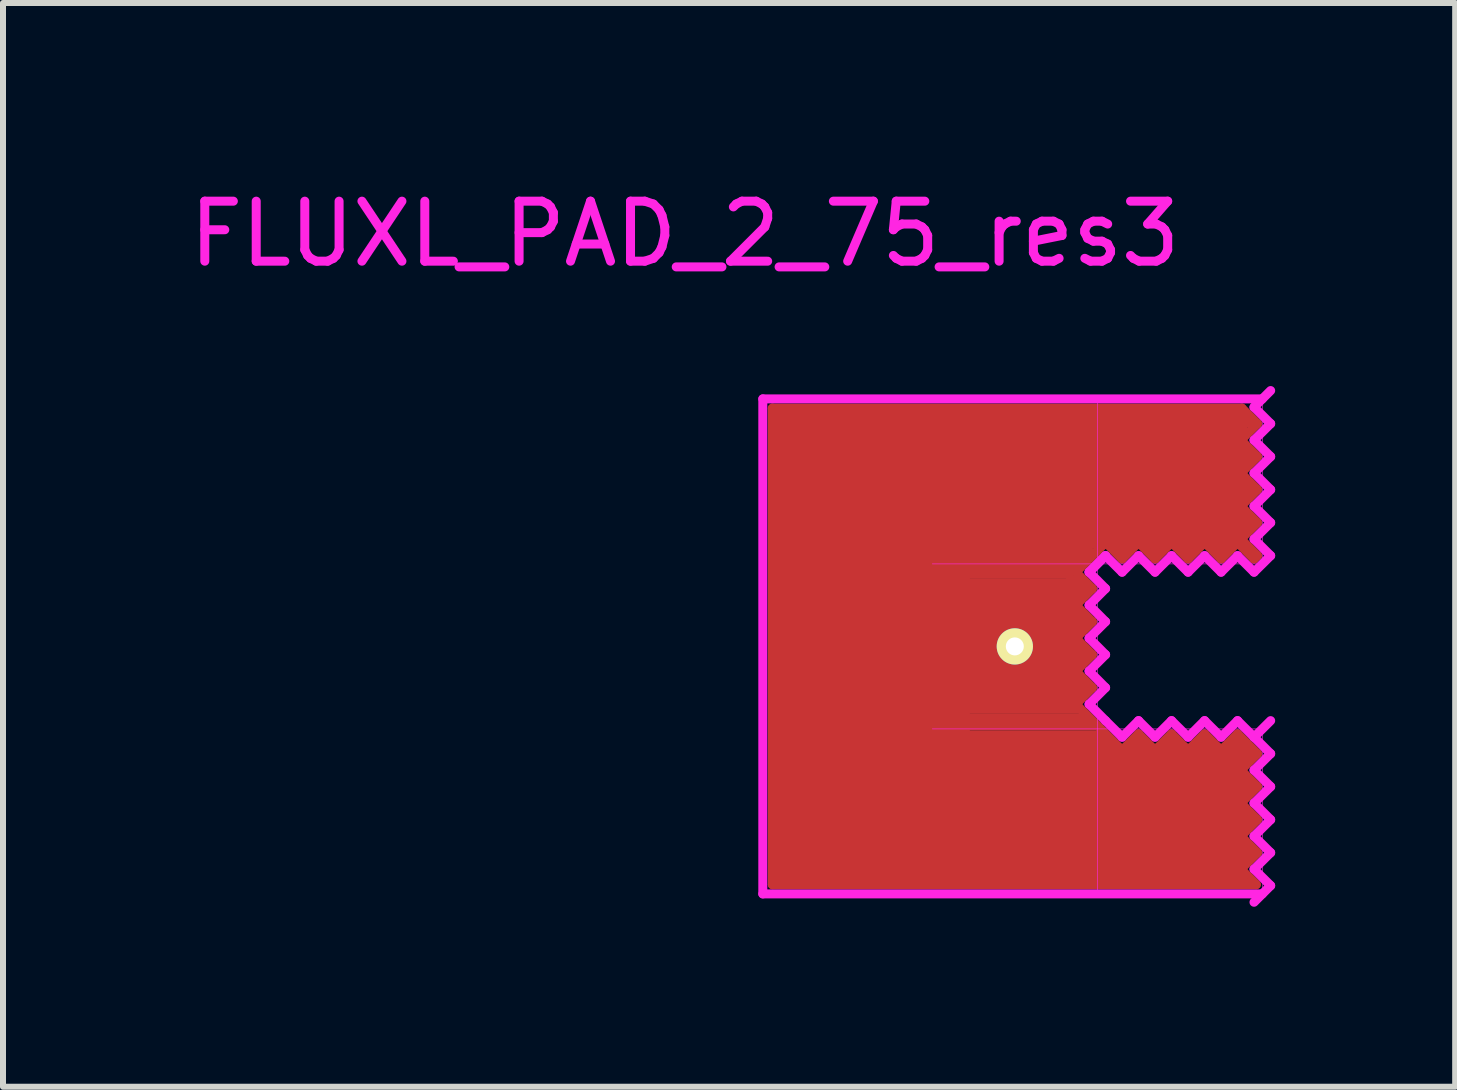
<source format=kicad_pcb>
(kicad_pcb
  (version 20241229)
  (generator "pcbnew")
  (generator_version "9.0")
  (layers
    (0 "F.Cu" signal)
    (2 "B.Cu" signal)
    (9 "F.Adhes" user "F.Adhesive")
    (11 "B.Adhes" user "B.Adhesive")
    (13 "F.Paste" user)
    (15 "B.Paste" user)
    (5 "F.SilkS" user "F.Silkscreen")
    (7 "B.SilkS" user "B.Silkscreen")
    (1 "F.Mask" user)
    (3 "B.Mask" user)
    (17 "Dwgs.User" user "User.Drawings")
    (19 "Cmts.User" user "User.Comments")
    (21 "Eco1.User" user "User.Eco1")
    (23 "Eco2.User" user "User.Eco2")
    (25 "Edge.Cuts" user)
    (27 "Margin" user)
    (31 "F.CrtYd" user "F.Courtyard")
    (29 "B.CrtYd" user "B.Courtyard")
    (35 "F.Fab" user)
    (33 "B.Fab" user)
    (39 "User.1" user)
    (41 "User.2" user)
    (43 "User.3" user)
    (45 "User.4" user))
  (footprint "FLUXL_PAD_2_75_res3"
    (layer "F.Cu")
    (at 13.863 7.723)
    (property "Reference" "FLUXL_PAD_2_75_res3" (at -5.5 -6.875 180) (layer "F.CrtYd") (effects (font (size 1 1) (thickness 0.15))))
    (attr smd)
    (fp_line (start -4.04 -3.97) (end -4.04 3.97) (stroke (width 0.152) (type solid)) (layer "F.Cu"))
    (fp_line (start -4.04 -3.97) (end 3.785 -3.97) (stroke (width 0.152) (type solid)) (layer "F.Cu"))
    (fp_line (start -0.8 1.325) (end 1.325 1.325) (stroke (width 0.152) (type solid)) (layer "F.Cu"))
    (fp_line (start -0.8 1.6) (end 1.575 1.6) (stroke (width 0.152) (type solid)) (layer "F.Cu"))
    (fp_line (start -0.775 -1.325) (end 1.025 -1.325) (stroke (width 0.152) (type solid)) (layer "F.Cu"))
    (fp_line (start -0.775 1.475) (end 1.5 1.475) (stroke (width 0.152) (type solid)) (layer "F.Cu"))
    (fp_line (start -0.75 -1.575) (end 1.25 -1.575) (stroke (width 0.152) (type solid)) (layer "F.Cu"))
    (fp_line (start -0.75 -1.45) (end 1.15 -1.45) (stroke (width 0.152) (type solid)) (layer "F.Cu"))
    (fp_line (start -0.75 -1.2) (end 0.9 -1.2) (stroke (width 0.152) (type solid)) (layer "F.Cu"))
    (fp_line (start -0.75 1.2) (end 1.175 1.2) (stroke (width 0.152) (type solid)) (layer "F.Cu"))
    (fp_line (start 0.963 -1.292) (end 1.292 -0.963) (stroke (width 0.152) (type solid)) (layer "F.Cu"))
    (fp_line (start 1 0.946) (end 1.788 1.732) (stroke (width 0.152) (type solid)) (layer "F.Cu"))
    (fp_line (start 1.018 -0.688) (end 1.292 -0.412) (stroke (width 0.152) (type solid)) (layer "F.Cu"))
    (fp_line (start 1.018 -0.138) (end 1.292 0.138) (stroke (width 0.152) (type solid)) (layer "F.Cu"))
    (fp_line (start 1.018 0.412) (end 1.292 0.688) (stroke (width 0.152) (type solid)) (layer "F.Cu"))
    (fp_line (start 1.183 -0.907) (end 0.907 -1.183) (stroke (width 0.152) (type solid)) (layer "F.Cu"))
    (fp_line (start 1.238 -0.412) (end 1.073 -0.412) (stroke (width 0.152) (type solid)) (layer "F.Cu"))
    (fp_line (start 1.238 0.138) (end 1.073 0.138) (stroke (width 0.152) (type solid)) (layer "F.Cu"))
    (fp_line (start 1.238 0.688) (end 1.073 0.688) (stroke (width 0.152) (type solid)) (layer "F.Cu"))
    (fp_line (start 1.292 -0.963) (end 1.018 -0.688) (stroke (width 0.152) (type solid)) (layer "F.Cu"))
    (fp_line (start 1.292 -0.412) (end 1.018 -0.138) (stroke (width 0.152) (type solid)) (layer "F.Cu"))
    (fp_line (start 1.292 0.138) (end 1.018 0.412) (stroke (width 0.152) (type solid)) (layer "F.Cu"))
    (fp_line (start 1.292 0.688) (end 1.018 0.963) (stroke (width 0.152) (type solid)) (layer "F.Cu"))
    (fp_line (start 1.525 -1.743) (end 1.025 -1.243) (stroke (width 0.15) (type solid)) (layer "F.Cu"))
    (fp_line (start 1.567 -1.843) (end 1.843 -1.567) (stroke (width 0.152) (type solid)) (layer "F.Cu"))
    (fp_line (start 1.788 -1.458) (end 1.458 -1.788) (stroke (width 0.152) (type solid)) (layer "F.Cu"))
    (fp_line (start 1.788 1.732) (end 2.062 1.458) (stroke (width 0.152) (type solid)) (layer "F.Cu"))
    (fp_line (start 2.062 -1.732) (end 1.788 -1.458) (stroke (width 0.152) (type solid)) (layer "F.Cu"))
    (fp_line (start 2.062 1.458) (end 2.337 1.732) (stroke (width 0.152) (type solid)) (layer "F.Cu"))
    (fp_line (start 2.062 1.512) (end 2.062 1.677) (stroke (width 0.152) (type solid)) (layer "F.Cu"))
    (fp_line (start 2.337 -1.512) (end 2.337 -1.677) (stroke (width 0.152) (type solid)) (layer "F.Cu"))
    (fp_line (start 2.337 -1.458) (end 2.062 -1.732) (stroke (width 0.152) (type solid)) (layer "F.Cu"))
    (fp_line (start 2.337 1.732) (end 2.612 1.458) (stroke (width 0.152) (type solid)) (layer "F.Cu"))
    (fp_line (start 2.612 -1.732) (end 2.337 -1.458) (stroke (width 0.152) (type solid)) (layer "F.Cu"))
    (fp_line (start 2.612 1.458) (end 2.888 1.732) (stroke (width 0.152) (type solid)) (layer "F.Cu"))
    (fp_line (start 2.612 1.512) (end 2.612 1.677) (stroke (width 0.152) (type solid)) (layer "F.Cu"))
    (fp_line (start 2.888 -1.512) (end 2.888 -1.677) (stroke (width 0.152) (type solid)) (layer "F.Cu"))
    (fp_line (start 2.888 -1.458) (end 2.612 -1.732) (stroke (width 0.152) (type solid)) (layer "F.Cu"))
    (fp_line (start 2.888 1.732) (end 3.163 1.458) (stroke (width 0.152) (type solid)) (layer "F.Cu"))
    (fp_line (start 3.163 -1.732) (end 2.888 -1.458) (stroke (width 0.152) (type solid)) (layer "F.Cu"))
    (fp_line (start 3.163 1.458) (end 3.438 1.732) (stroke (width 0.152) (type solid)) (layer "F.Cu"))
    (fp_line (start 3.163 1.512) (end 3.163 1.677) (stroke (width 0.152) (type solid)) (layer "F.Cu"))
    (fp_line (start 3.438 -1.512) (end 3.438 -1.705) (stroke (width 0.152) (type solid)) (layer "F.Cu"))
    (fp_line (start 3.438 -1.458) (end 3.163 -1.732) (stroke (width 0.152) (type solid)) (layer "F.Cu"))
    (fp_line (start 3.438 1.732) (end 3.712 1.458) (stroke (width 0.152) (type solid)) (layer "F.Cu"))
    (fp_line (start 3.712 -1.732) (end 3.438 -1.458) (stroke (width 0.152) (type solid)) (layer "F.Cu"))
    (fp_line (start 3.712 1.458) (end 4.043 1.788) (stroke (width 0.152) (type solid)) (layer "F.Cu"))
    (fp_line (start 3.768 -3.438) (end 4.043 -3.163) (stroke (width 0.152) (type solid)) (layer "F.Cu"))
    (fp_line (start 3.768 -2.888) (end 4.043 -2.612) (stroke (width 0.152) (type solid)) (layer "F.Cu"))
    (fp_line (start 3.768 -2.337) (end 4.043 -2.062) (stroke (width 0.152) (type solid)) (layer "F.Cu"))
    (fp_line (start 3.768 -1.788) (end 4.043 -1.512) (stroke (width 0.152) (type solid)) (layer "F.Cu"))
    (fp_line (start 3.768 2.062) (end 4.043 2.337) (stroke (width 0.152) (type solid)) (layer "F.Cu"))
    (fp_line (start 3.768 2.612) (end 4.043 2.888) (stroke (width 0.152) (type solid)) (layer "F.Cu"))
    (fp_line (start 3.768 3.163) (end 4.043 3.438) (stroke (width 0.152) (type solid)) (layer "F.Cu"))
    (fp_line (start 3.768 3.712) (end 4.026 3.97) (stroke (width 0.152) (type solid)) (layer "F.Cu"))
    (fp_line (start 3.775 -3.875) (end -0.75 -3.875) (stroke (width 0.152) (type solid)) (layer "F.Cu"))
    (fp_line (start 3.825 3.875) (end -0.75 3.875) (stroke (width 0.152) (type solid)) (layer "F.Cu"))
    (fp_line (start 3.933 1.843) (end 3.658 1.567) (stroke (width 0.152) (type solid)) (layer "F.Cu"))
    (fp_line (start 3.95 -3.725) (end 3.85 -3.725) (stroke (width 0.15) (type solid)) (layer "F.Cu"))
    (fp_line (start 3.987 -3.163) (end 3.822 -3.163) (stroke (width 0.152) (type solid)) (layer "F.Cu"))
    (fp_line (start 3.987 -2.612) (end 3.822 -2.612) (stroke (width 0.152) (type solid)) (layer "F.Cu"))
    (fp_line (start 3.987 -2.062) (end 3.822 -2.062) (stroke (width 0.152) (type solid)) (layer "F.Cu"))
    (fp_line (start 3.987 -1.458) (end 3.712 -1.732) (stroke (width 0.152) (type solid)) (layer "F.Cu"))
    (fp_line (start 3.987 2.337) (end 3.822 2.337) (stroke (width 0.152) (type solid)) (layer "F.Cu"))
    (fp_line (start 3.987 2.888) (end 3.822 2.888) (stroke (width 0.152) (type solid)) (layer "F.Cu"))
    (fp_line (start 3.987 3.438) (end 3.822 3.438) (stroke (width 0.152) (type solid)) (layer "F.Cu"))
    (fp_line (start 4.02 3.97) (end -4.04 3.97) (stroke (width 0.152) (type solid)) (layer "F.Cu"))
    (fp_line (start 4.043 -3.712) (end 3.768 -3.438) (stroke (width 0.152) (type solid)) (layer "F.Cu"))
    (fp_line (start 4.043 -3.712) (end 3.785 -3.97) (stroke (width 0.152) (type solid)) (layer "F.Cu"))
    (fp_line (start 4.043 -3.163) (end 3.768 -2.888) (stroke (width 0.152) (type solid)) (layer "F.Cu"))
    (fp_line (start 4.043 -2.612) (end 3.768 -2.337) (stroke (width 0.152) (type solid)) (layer "F.Cu"))
    (fp_line (start 4.043 -2.062) (end 3.768 -1.788) (stroke (width 0.152) (type solid)) (layer "F.Cu"))
    (fp_line (start 4.043 -1.512) (end 3.987 -1.458) (stroke (width 0.152) (type solid)) (layer "F.Cu"))
    (fp_line (start 4.043 1.788) (end 3.768 2.062) (stroke (width 0.152) (type solid)) (layer "F.Cu"))
    (fp_line (start 4.043 2.337) (end 3.768 2.612) (stroke (width 0.152) (type solid)) (layer "F.Cu"))
    (fp_line (start 4.043 2.888) (end 3.768 3.163) (stroke (width 0.152) (type solid)) (layer "F.Cu"))
    (fp_line (start 4.043 3.438) (end 3.768 3.712) (stroke (width 0.152) (type solid)) (layer "F.Cu"))
    (fp_line (start -4.2 4.125) (end -4.2 -4.125) (stroke (width 0.15) (type solid)) (layer "F.CrtYd"))
    (fp_line (start -1.375 1.375) (end 1.375 1.375) (stroke (width 0.01) (type solid)) (layer "F.CrtYd"))
    (fp_line (start 1.238 -1.238) (end 1.512 -1.512) (stroke (width 0.152) (type solid)) (layer "F.CrtYd"))
    (fp_line (start 1.238 -1.238) (end 1.512 -1.512) (stroke (width 0.152) (type solid)) (layer "F.CrtYd"))
    (fp_line (start 1.238 -0.688) (end 1.512 -0.412) (stroke (width 0.152) (type solid)) (layer "F.CrtYd"))
    (fp_line (start 1.238 -0.138) (end 1.512 0.138) (stroke (width 0.152) (type solid)) (layer "F.CrtYd"))
    (fp_line (start 1.238 0.412) (end 1.512 0.688) (stroke (width 0.152) (type solid)) (layer "F.CrtYd"))
    (fp_line (start 1.238 0.963) (end 1.512 1.238) (stroke (width 0.152) (type solid)) (layer "F.CrtYd"))
    (fp_line (start 1.375 -4.125) (end 1.375 -1.375) (stroke (width 0.01) (type solid)) (layer "F.CrtYd"))
    (fp_line (start 1.375 -1.375) (end -1.375 -1.375) (stroke (width 0.01) (type solid)) (layer "F.CrtYd"))
    (fp_line (start 1.375 -1.375) (end 4.125 -1.375) (stroke (width 0.01) (type solid)) (layer "F.CrtYd"))
    (fp_line (start 1.375 1.375) (end 1.375 -1.375) (stroke (width 0.01) (type solid)) (layer "F.CrtYd"))
    (fp_line (start 1.375 1.375) (end 1.375 4.125) (stroke (width 0.01) (type solid)) (layer "F.CrtYd"))
    (fp_line (start 1.375 4.125) (end 4.125 4.125) (stroke (width 0.01) (type solid)) (layer "F.CrtYd"))
    (fp_line (start 1.512 -1.512) (end 1.788 -1.238) (stroke (width 0.152) (type solid)) (layer "F.CrtYd"))
    (fp_line (start 1.512 -0.963) (end 1.238 -1.238) (stroke (width 0.152) (type solid)) (layer "F.CrtYd"))
    (fp_line (start 1.512 -0.963) (end 1.238 -0.688) (stroke (width 0.152) (type solid)) (layer "F.CrtYd"))
    (fp_line (start 1.512 -0.412) (end 1.238 -0.138) (stroke (width 0.152) (type solid)) (layer "F.CrtYd"))
    (fp_line (start 1.512 0.138) (end 1.238 0.412) (stroke (width 0.152) (type solid)) (layer "F.CrtYd"))
    (fp_line (start 1.512 0.688) (end 1.238 0.963) (stroke (width 0.152) (type solid)) (layer "F.CrtYd"))
    (fp_line (start 1.512 1.238) (end 1.788 1.512) (stroke (width 0.152) (type solid)) (layer "F.CrtYd"))
    (fp_line (start 1.788 -1.238) (end 2.062 -1.512) (stroke (width 0.152) (type solid)) (layer "F.CrtYd"))
    (fp_line (start 1.788 1.512) (end 2.062 1.238) (stroke (width 0.152) (type solid)) (layer "F.CrtYd"))
    (fp_line (start 2.062 -1.512) (end 2.337 -1.238) (stroke (width 0.152) (type solid)) (layer "F.CrtYd"))
    (fp_line (start 2.062 1.238) (end 2.337 1.512) (stroke (width 0.152) (type solid)) (layer "F.CrtYd"))
    (fp_line (start 2.337 -1.238) (end 2.612 -1.512) (stroke (width 0.152) (type solid)) (layer "F.CrtYd"))
    (fp_line (start 2.337 1.512) (end 2.612 1.238) (stroke (width 0.152) (type solid)) (layer "F.CrtYd"))
    (fp_line (start 2.612 -1.512) (end 2.888 -1.238) (stroke (width 0.152) (type solid)) (layer "F.CrtYd"))
    (fp_line (start 2.612 1.238) (end 2.888 1.512) (stroke (width 0.152) (type solid)) (layer "F.CrtYd"))
    (fp_line (start 2.888 -1.238) (end 3.163 -1.512) (stroke (width 0.152) (type solid)) (layer "F.CrtYd"))
    (fp_line (start 2.888 1.512) (end 3.163 1.238) (stroke (width 0.152) (type solid)) (layer "F.CrtYd"))
    (fp_line (start 3.163 -1.512) (end 3.438 -1.238) (stroke (width 0.152) (type solid)) (layer "F.CrtYd"))
    (fp_line (start 3.163 1.238) (end 3.438 1.512) (stroke (width 0.152) (type solid)) (layer "F.CrtYd"))
    (fp_line (start 3.438 -1.238) (end 3.712 -1.512) (stroke (width 0.152) (type solid)) (layer "F.CrtYd"))
    (fp_line (start 3.438 1.512) (end 3.712 1.238) (stroke (width 0.152) (type solid)) (layer "F.CrtYd"))
    (fp_line (start 3.712 -1.512) (end 3.987 -1.238) (stroke (width 0.152) (type solid)) (layer "F.CrtYd"))
    (fp_line (start 3.712 1.238) (end 3.987 1.512) (stroke (width 0.152) (type solid)) (layer "F.CrtYd"))
    (fp_line (start 3.987 -3.987) (end 4.263 -4.263) (stroke (width 0.152) (type solid)) (layer "F.CrtYd"))
    (fp_line (start 3.987 -3.438) (end 4.263 -3.163) (stroke (width 0.152) (type solid)) (layer "F.CrtYd"))
    (fp_line (start 3.987 -2.888) (end 4.263 -2.612) (stroke (width 0.152) (type solid)) (layer "F.CrtYd"))
    (fp_line (start 3.987 -2.337) (end 4.263 -2.062) (stroke (width 0.152) (type solid)) (layer "F.CrtYd"))
    (fp_line (start 3.987 -1.788) (end 4.263 -1.512) (stroke (width 0.152) (type solid)) (layer "F.CrtYd"))
    (fp_line (start 3.987 -1.238) (end 4.263 -1.512) (stroke (width 0.152) (type solid)) (layer "F.CrtYd"))
    (fp_line (start 3.987 1.512) (end 4.263 1.238) (stroke (width 0.152) (type solid)) (layer "F.CrtYd"))
    (fp_line (start 3.987 2.062) (end 4.263 2.337) (stroke (width 0.152) (type solid)) (layer "F.CrtYd"))
    (fp_line (start 3.987 2.612) (end 4.263 2.888) (stroke (width 0.152) (type solid)) (layer "F.CrtYd"))
    (fp_line (start 3.987 3.163) (end 4.263 3.438) (stroke (width 0.152) (type solid)) (layer "F.CrtYd"))
    (fp_line (start 3.987 3.712) (end 4.263 3.987) (stroke (width 0.152) (type solid)) (layer "F.CrtYd"))
    (fp_line (start 3.987 4.263) (end 4.263 3.987) (stroke (width 0.152) (type solid)) (layer "F.CrtYd"))
    (fp_line (start 4.125 -4.125) (end -4.2 -4.125) (stroke (width 0.15) (type solid)) (layer "F.CrtYd"))
    (fp_line (start 4.125 -4.125) (end 1.375 -4.125) (stroke (width 0.01) (type solid)) (layer "F.CrtYd"))
    (fp_line (start 4.125 -1.375) (end 4.125 -4.125) (stroke (width 0.01) (type solid)) (layer "F.CrtYd"))
    (fp_line (start 4.125 1.375) (end 1.375 1.375) (stroke (width 0.01) (type solid)) (layer "F.CrtYd"))
    (fp_line (start 4.125 4.125) (end -4.2 4.125) (stroke (width 0.15) (type solid)) (layer "F.CrtYd"))
    (fp_line (start 4.125 4.125) (end 4.125 1.375) (stroke (width 0.01) (type solid)) (layer "F.CrtYd"))
    (fp_line (start 4.263 -3.712) (end 3.987 -3.987) (stroke (width 0.152) (type solid)) (layer "F.CrtYd"))
    (fp_line (start 4.263 -3.712) (end 3.987 -3.438) (stroke (width 0.152) (type solid)) (layer "F.CrtYd"))
    (fp_line (start 4.263 -3.163) (end 3.987 -2.888) (stroke (width 0.152) (type solid)) (layer "F.CrtYd"))
    (fp_line (start 4.263 -2.612) (end 3.987 -2.337) (stroke (width 0.152) (type solid)) (layer "F.CrtYd"))
    (fp_line (start 4.263 -2.062) (end 3.987 -1.788) (stroke (width 0.152) (type solid)) (layer "F.CrtYd"))
    (fp_line (start 4.263 1.788) (end 3.987 1.512) (stroke (width 0.152) (type solid)) (layer "F.CrtYd"))
    (fp_line (start 4.263 1.788) (end 3.987 2.062) (stroke (width 0.152) (type solid)) (layer "F.CrtYd"))
    (fp_line (start 4.263 2.337) (end 3.987 2.612) (stroke (width 0.152) (type solid)) (layer "F.CrtYd"))
    (fp_line (start 4.263 2.888) (end 3.987 3.163) (stroke (width 0.152) (type solid)) (layer "F.CrtYd"))
    (fp_line (start 4.263 3.438) (end 3.987 3.712) (stroke (width 0.152) (type solid)) (layer "F.CrtYd"))
    (pad "" smd rect (at -2.4 0) (size 3.3 8) (layers "F.Cu" "F.Mask" "F.Paste"))
    (pad "" smd rect (at 0 -2.75) (size 3.3 2.25) (layers "F.Cu" "F.Mask" "F.Paste"))
    (pad "" smd rect (at 0 2.75) (size 3.3 2.25) (layers "F.Cu" "F.Mask" "F.Paste"))
    (pad "" smd rect (at 2.75 -2.75 180) (size 2.25 2.25) (layers "F.Cu" "F.Mask" "F.Paste"))
    (pad "" smd rect (at 2.75 2.75 180) (size 2.25 2.25) (layers "F.Cu" "F.Mask" "F.Paste"))
    (pad "1" thru_hole circle (at 0 0 180) (size 0.605 0.605) (drill 0.3) (layers "*.Cu" "*.Mask" "F.SilkS"))
    (pad "1" smd rect (at 0 0 180) (size 2.25 2.25) (layers "F.Cu" "F.Mask" "F.Paste")))
  (gr_rect
    (start -3 -3)
    (end 21.202 15.062)
    (stroke (width 0.1) (type default))
    (fill no)
    (layer "Edge.Cuts")))
</source>
